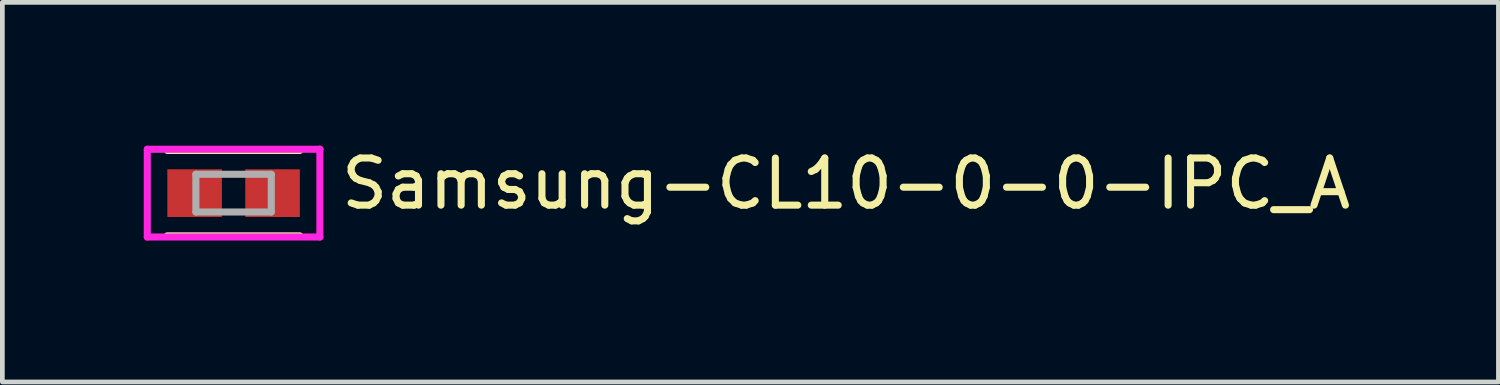
<source format=kicad_pcb>
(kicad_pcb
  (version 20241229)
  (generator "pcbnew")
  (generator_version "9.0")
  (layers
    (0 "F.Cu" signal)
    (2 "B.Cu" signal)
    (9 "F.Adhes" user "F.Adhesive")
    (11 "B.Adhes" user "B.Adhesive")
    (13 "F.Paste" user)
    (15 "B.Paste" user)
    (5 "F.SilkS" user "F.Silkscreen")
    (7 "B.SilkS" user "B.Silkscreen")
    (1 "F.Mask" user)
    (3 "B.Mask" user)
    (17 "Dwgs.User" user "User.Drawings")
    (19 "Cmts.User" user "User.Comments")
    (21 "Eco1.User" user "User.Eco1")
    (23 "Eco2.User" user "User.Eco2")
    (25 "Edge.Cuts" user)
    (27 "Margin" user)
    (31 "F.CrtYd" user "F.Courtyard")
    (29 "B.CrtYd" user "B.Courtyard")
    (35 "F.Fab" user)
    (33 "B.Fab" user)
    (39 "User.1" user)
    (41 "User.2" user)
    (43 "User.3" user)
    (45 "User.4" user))
  (footprint "Samsung-CL10-0-0-IPC_A"
    (layer "F.Cu")
    (at 1.906 1.048)
    (property "Reference" "Samsung-CL10-0-0-IPC_A" (at 2.206 -0.2 0) (layer "F.SilkS") (effects (font (size 1 1) (thickness 0.15)) (justify left)))
    (attr through_hole)
    (fp_line (start -1.406 -0.906) (end 1.406 -0.906) (stroke (width 0.15) (type solid)) (layer "F.SilkS"))
    (fp_line (start -1.406 0.906) (end 1.406 0.906) (stroke (width 0.15) (type solid)) (layer "F.SilkS"))
    (fp_line (start -1.831 -0.931) (end -1.831 0.931) (stroke (width 0.15) (type solid)) (layer "F.CrtYd"))
    (fp_line (start -1.831 0.931) (end 1.831 0.931) (stroke (width 0.15) (type solid)) (layer "F.CrtYd"))
    (fp_line (start 1.831 -0.931) (end -1.831 -0.931) (stroke (width 0.15) (type solid)) (layer "F.CrtYd"))
    (fp_line (start 1.831 -0.931) (end 1.831 -0.931) (stroke (width 0.15) (type solid)) (layer "F.CrtYd"))
    (fp_line (start 1.831 0.931) (end 1.831 -0.931) (stroke (width 0.15) (type solid)) (layer "F.CrtYd"))
    (fp_line (start -0.8 -0.4) (end 0.8 -0.4) (stroke (width 0.15) (type solid)) (layer "F.Fab"))
    (fp_line (start -0.8 0.4) (end -0.8 -0.4) (stroke (width 0.15) (type solid)) (layer "F.Fab"))
    (fp_line (start 0.8 -0.4) (end 0.8 0.4) (stroke (width 0.15) (type solid)) (layer "F.Fab"))
    (fp_line (start 0.8 0.4) (end -0.8 0.4) (stroke (width 0.15) (type solid)) (layer "F.Fab"))
    (pad "1" smd rect (at -0.827 0) (size 1.158 1.012) (layers "F.Cu" "F.Mask" "F.Paste"))
    (pad "2" smd rect (at 0.827 0) (size 1.158 1.012) (layers "F.Cu" "F.Mask" "F.Paste")))
  (gr_rect
    (start -3 -3)
    (end 28.743 5.054)
    (stroke (width 0.1) (type default))
    (fill no)
    (layer "Edge.Cuts")))
</source>
